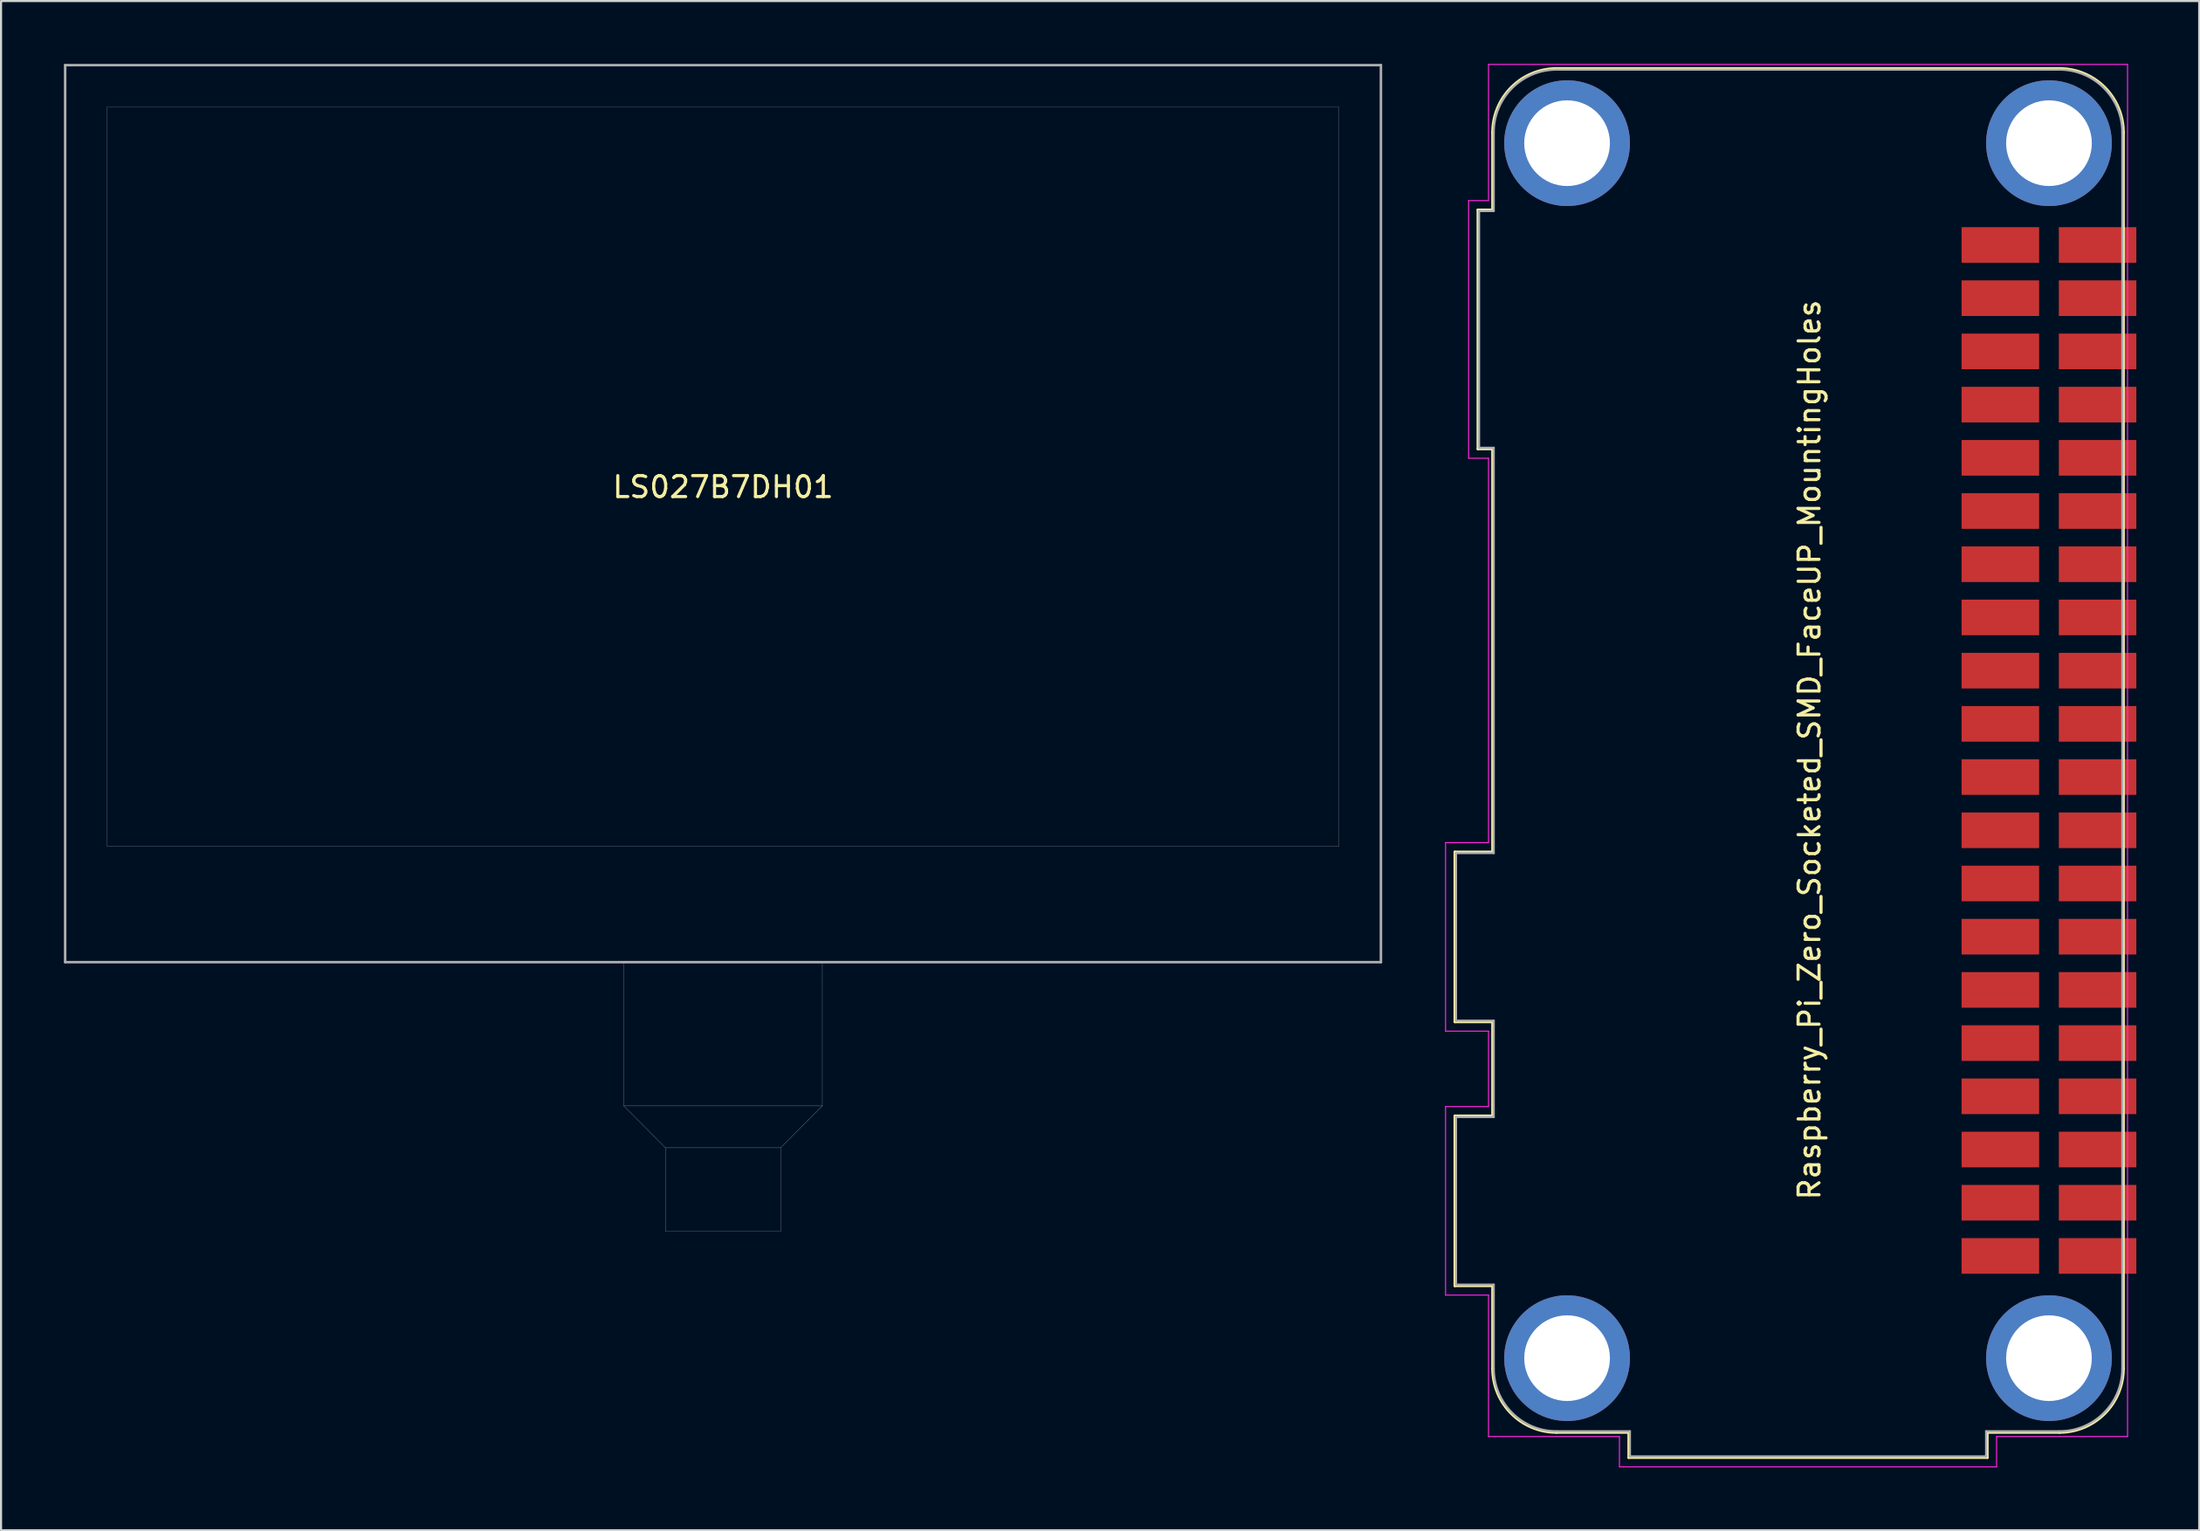
<source format=kicad_pcb>
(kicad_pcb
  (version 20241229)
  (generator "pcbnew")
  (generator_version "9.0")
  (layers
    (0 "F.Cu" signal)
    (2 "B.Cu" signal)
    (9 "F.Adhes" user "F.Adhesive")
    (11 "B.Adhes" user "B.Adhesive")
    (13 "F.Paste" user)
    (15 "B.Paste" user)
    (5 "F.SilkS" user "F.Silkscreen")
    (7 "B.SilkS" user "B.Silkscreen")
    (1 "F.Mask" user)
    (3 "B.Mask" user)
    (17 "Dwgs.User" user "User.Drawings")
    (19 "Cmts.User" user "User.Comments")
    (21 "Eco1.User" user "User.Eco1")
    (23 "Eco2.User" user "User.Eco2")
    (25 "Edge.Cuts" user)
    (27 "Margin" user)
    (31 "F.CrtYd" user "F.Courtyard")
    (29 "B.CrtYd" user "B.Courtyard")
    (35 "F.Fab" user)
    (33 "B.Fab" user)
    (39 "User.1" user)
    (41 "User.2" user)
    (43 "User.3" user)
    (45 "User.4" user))
  (footprint "LS027B7DH01"
    (layer "F.Cu")
    (at 31.46 19.7)
    (property "Reference" "LS027B7DH01" (at 0 0.5 0) (layer "F.SilkS") (effects (font (size 1 1) (thickness 0.15))))
    (attr through_hole)
    (fp_line (start -4.74 23.18) (end -4.74 23.98) (stroke (width 0.01) (type solid)) (layer "Dwgs.User"))
    (fp_line (start -4.74 23.98) (end -4.74 30.04) (stroke (width 0.01) (type solid)) (layer "Dwgs.User"))
    (fp_line (start -4.74 30.04) (end -2.75 32.04) (stroke (width 0.01) (type solid)) (layer "Dwgs.User"))
    (fp_line (start -4.74 30.04) (end 4.74 30.04) (stroke (width 0.01) (type solid)) (layer "Dwgs.User"))
    (fp_line (start -2.75 32.04) (end -2.75 36.04) (stroke (width 0.01) (type solid)) (layer "Dwgs.User"))
    (fp_line (start -2.75 36.04) (end 2.75 36.04) (stroke (width 0.01) (type solid)) (layer "Dwgs.User"))
    (fp_line (start 2.75 32.04) (end -2.75 32.04) (stroke (width 0.01) (type solid)) (layer "Dwgs.User"))
    (fp_line (start 2.75 32.04) (end 4.74 30.04) (stroke (width 0.01) (type solid)) (layer "Dwgs.User"))
    (fp_line (start 2.75 36.04) (end 2.75 32.04) (stroke (width 0.01) (type solid)) (layer "Dwgs.User"))
    (fp_line (start 4.74 23.18) (end 4.74 23.98) (stroke (width 0.01) (type solid)) (layer "Dwgs.User"))
    (fp_line (start 4.74 23.98) (end 4.74 30.04) (stroke (width 0.01) (type solid)) (layer "Dwgs.User"))
    (fp_line (start -31.4 -19.64) (end -31.4 23.18) (stroke (width 0.12) (type solid)) (layer "F.Fab"))
    (fp_line (start -31.4 -19.64) (end 31.4 -19.64) (stroke (width 0.12) (type solid)) (layer "F.Fab"))
    (fp_line (start -31.4 23.18) (end 31.4 23.18) (stroke (width 0.12) (type solid)) (layer "F.Fab"))
    (fp_line (start -29.4 -17.64) (end 29.4 -17.64) (stroke (width 0.01) (type solid)) (layer "F.Fab"))
    (fp_line (start -29.4 17.64) (end -29.4 -17.64) (stroke (width 0.01) (type solid)) (layer "F.Fab"))
    (fp_line (start -29.4 17.64) (end 29.4 17.64) (stroke (width 0.01) (type solid)) (layer "F.Fab"))
    (fp_line (start 29.4 -17.64) (end 29.4 17.64) (stroke (width 0.01) (type solid)) (layer "F.Fab"))
    (fp_line (start 31.4 -19.64) (end 31.4 23.18) (stroke (width 0.12) (type solid)) (layer "F.Fab")))
  (footprint "Raspberry_Pi_Zero_Socketed_SMD_FaceUP_MountingHoles"
    (layer "F.Cu")
    (at 93.475 8.645)
    (property "Reference" "Raspberry_Pi_Zero_Socketed_SMD_FaceUP_MountingHoles" (at -10.16 24.1 90) (layer "F.SilkS") (effects (font (size 1 1) (thickness 0.15))))
    (attr through_hole)
    (fp_line (start -27.09 28.97) (end -25.29 28.97) (stroke (width 0.12) (type solid)) (layer "F.SilkS"))
    (fp_line (start -27.09 37.09) (end -27.09 28.97) (stroke (width 0.12) (type solid)) (layer "F.SilkS"))
    (fp_line (start -27.09 41.57) (end -25.29 41.57) (stroke (width 0.12) (type solid)) (layer "F.SilkS"))
    (fp_line (start -27.09 49.69) (end -27.09 41.57) (stroke (width 0.12) (type solid)) (layer "F.SilkS"))
    (fp_line (start -25.99 -1.68) (end -25.29 -1.68) (stroke (width 0.12) (type solid)) (layer "F.SilkS"))
    (fp_line (start -25.99 9.74) (end -25.99 -1.68) (stroke (width 0.12) (type solid)) (layer "F.SilkS"))
    (fp_line (start -25.29 -1.68) (end -25.29 -5.37) (stroke (width 0.12) (type solid)) (layer "F.SilkS"))
    (fp_line (start -25.29 9.74) (end -25.99 9.74) (stroke (width 0.12) (type solid)) (layer "F.SilkS"))
    (fp_line (start -25.29 28.97) (end -25.29 9.74) (stroke (width 0.12) (type solid)) (layer "F.SilkS"))
    (fp_line (start -25.29 37.09) (end -27.09 37.09) (stroke (width 0.12) (type solid)) (layer "F.SilkS"))
    (fp_line (start -25.29 41.57) (end -25.29 37.09) (stroke (width 0.12) (type solid)) (layer "F.SilkS"))
    (fp_line (start -25.29 49.69) (end -27.09 49.69) (stroke (width 0.12) (type solid)) (layer "F.SilkS"))
    (fp_line (start -25.29 53.63) (end -25.29 49.69) (stroke (width 0.12) (type solid)) (layer "F.SilkS"))
    (fp_line (start -18.79 56.69) (end -22.23 56.69) (stroke (width 0.12) (type solid)) (layer "F.SilkS"))
    (fp_line (start -18.79 57.89) (end -18.79 56.69) (stroke (width 0.12) (type solid)) (layer "F.SilkS"))
    (fp_line (start -1.67 56.69) (end -1.67 57.89) (stroke (width 0.12) (type solid)) (layer "F.SilkS"))
    (fp_line (start -1.67 56.69) (end 1.77 56.69) (stroke (width 0.12) (type solid)) (layer "F.SilkS"))
    (fp_line (start -1.67 57.89) (end -18.79 57.89) (stroke (width 0.12) (type solid)) (layer "F.SilkS"))
    (fp_line (start 1.77 -8.43) (end -22.23 -8.43) (stroke (width 0.12) (type solid)) (layer "F.SilkS"))
    (fp_line (start 4.83 53.63) (end 4.83 -5.37) (stroke (width 0.12) (type solid)) (layer "F.SilkS"))
    (fp_arc (start -25.29 -5.37) (mid -24.393747 -7.533747) (end -22.23 -8.43) (stroke (width 0.12) (type solid)) (layer "F.SilkS"))
    (fp_arc (start -22.23 56.69) (mid -24.393747 55.793747) (end -25.29 53.63) (stroke (width 0.12) (type solid)) (layer "F.SilkS"))
    (fp_arc (start 1.77 -8.43) (mid 3.933747 -7.533747) (end 4.83 -5.37) (stroke (width 0.12) (type solid)) (layer "F.SilkS"))
    (fp_arc (start 4.83 53.63) (mid 3.933747 55.793747) (end 1.77 56.69) (stroke (width 0.12) (type solid)) (layer "F.SilkS"))
    (fp_line (start -27.53 28.53) (end -25.48 28.53) (stroke (width 0.05) (type solid)) (layer "F.CrtYd"))
    (fp_line (start -27.53 37.53) (end -27.53 28.53) (stroke (width 0.05) (type solid)) (layer "F.CrtYd"))
    (fp_line (start -27.53 37.53) (end -25.48 37.53) (stroke (width 0.05) (type solid)) (layer "F.CrtYd"))
    (fp_line (start -27.53 41.13) (end -25.48 41.13) (stroke (width 0.05) (type solid)) (layer "F.CrtYd"))
    (fp_line (start -27.53 50.13) (end -27.53 41.13) (stroke (width 0.05) (type solid)) (layer "F.CrtYd"))
    (fp_line (start -27.53 50.13) (end -25.48 50.13) (stroke (width 0.05) (type solid)) (layer "F.CrtYd"))
    (fp_line (start -26.43 -2.12) (end -26.43 10.18) (stroke (width 0.05) (type solid)) (layer "F.CrtYd"))
    (fp_line (start -26.43 -2.12) (end -25.48 -2.12) (stroke (width 0.05) (type solid)) (layer "F.CrtYd"))
    (fp_line (start -26.43 10.18) (end -25.48 10.18) (stroke (width 0.05) (type solid)) (layer "F.CrtYd"))
    (fp_line (start -25.48 -2.12) (end -25.48 -8.62) (stroke (width 0.05) (type solid)) (layer "F.CrtYd"))
    (fp_line (start -25.48 28.53) (end -25.48 10.18) (stroke (width 0.05) (type solid)) (layer "F.CrtYd"))
    (fp_line (start -25.48 37.53) (end -25.48 41.13) (stroke (width 0.05) (type solid)) (layer "F.CrtYd"))
    (fp_line (start -25.48 50.13) (end -25.48 56.88) (stroke (width 0.05) (type solid)) (layer "F.CrtYd"))
    (fp_line (start -19.23 56.88) (end -25.48 56.88) (stroke (width 0.05) (type solid)) (layer "F.CrtYd"))
    (fp_line (start -19.23 58.33) (end -19.23 56.88) (stroke (width 0.05) (type solid)) (layer "F.CrtYd"))
    (fp_line (start -19.23 58.33) (end -1.23 58.33) (stroke (width 0.05) (type solid)) (layer "F.CrtYd"))
    (fp_line (start -1.23 58.33) (end -1.23 56.88) (stroke (width 0.05) (type solid)) (layer "F.CrtYd"))
    (fp_line (start 5.02 -8.62) (end -25.48 -8.62) (stroke (width 0.05) (type solid)) (layer "F.CrtYd"))
    (fp_line (start 5.02 56.88) (end -1.23 56.88) (stroke (width 0.05) (type solid)) (layer "F.CrtYd"))
    (fp_line (start 5.02 56.88) (end 5.02 -8.62) (stroke (width 0.05) (type solid)) (layer "F.CrtYd"))
    (fp_line (start -27.03 29.03) (end -25.23 29.03) (stroke (width 0.1) (type solid)) (layer "F.Fab"))
    (fp_line (start -27.03 37.03) (end -27.03 29.03) (stroke (width 0.1) (type solid)) (layer "F.Fab"))
    (fp_line (start -27.03 41.63) (end -25.23 41.63) (stroke (width 0.1) (type solid)) (layer "F.Fab"))
    (fp_line (start -27.03 49.63) (end -27.03 41.63) (stroke (width 0.1) (type solid)) (layer "F.Fab"))
    (fp_line (start -25.93 9.68) (end -25.93 -1.62) (stroke (width 0.1) (type solid)) (layer "F.Fab"))
    (fp_line (start -25.23 -1.62) (end -25.93 -1.62) (stroke (width 0.1) (type solid)) (layer "F.Fab"))
    (fp_line (start -25.23 -1.62) (end -25.23 -5.37) (stroke (width 0.1) (type solid)) (layer "F.Fab"))
    (fp_line (start -25.23 9.68) (end -25.93 9.68) (stroke (width 0.1) (type solid)) (layer "F.Fab"))
    (fp_line (start -25.23 29.03) (end -25.23 9.68) (stroke (width 0.1) (type solid)) (layer "F.Fab"))
    (fp_line (start -25.23 37.03) (end -27.03 37.03) (stroke (width 0.1) (type solid)) (layer "F.Fab"))
    (fp_line (start -25.23 41.63) (end -25.23 37.03) (stroke (width 0.1) (type solid)) (layer "F.Fab"))
    (fp_line (start -25.23 49.63) (end -27.03 49.63) (stroke (width 0.1) (type solid)) (layer "F.Fab"))
    (fp_line (start -25.23 49.63) (end -25.23 53.63) (stroke (width 0.1) (type solid)) (layer "F.Fab"))
    (fp_line (start -22.23 56.63) (end -18.73 56.63) (stroke (width 0.1) (type solid)) (layer "F.Fab"))
    (fp_line (start -18.73 56.63) (end -18.73 57.83) (stroke (width 0.1) (type solid)) (layer "F.Fab"))
    (fp_line (start -1.73 56.63) (end -1.73 57.83) (stroke (width 0.1) (type solid)) (layer "F.Fab"))
    (fp_line (start -1.73 57.83) (end -18.73 57.83) (stroke (width 0.1) (type solid)) (layer "F.Fab"))
    (fp_line (start 1.77 -8.37) (end -22.23 -8.37) (stroke (width 0.1) (type solid)) (layer "F.Fab"))
    (fp_line (start 1.77 56.63) (end -1.73 56.63) (stroke (width 0.1) (type solid)) (layer "F.Fab"))
    (fp_line (start 4.77 53.63) (end 4.77 -5.37) (stroke (width 0.1) (type solid)) (layer "F.Fab"))
    (fp_arc (start -25.23 -5.37) (mid -24.35132 -7.49132) (end -22.23 -8.37) (stroke (width 0.1) (type solid)) (layer "F.Fab"))
    (fp_arc (start -22.23 56.63) (mid -24.35132 55.75132) (end -25.23 53.63) (stroke (width 0.1) (type solid)) (layer "F.Fab"))
    (fp_arc (start 1.77 -8.37) (mid 3.89132 -7.49132) (end 4.77 -5.37) (stroke (width 0.1) (type solid)) (layer "F.Fab"))
    (fp_arc (start 4.77 53.63) (mid 3.89132 55.75132) (end 1.77 56.63) (stroke (width 0.1) (type solid)) (layer "F.Fab"))
    (pad "" thru_hole circle (at -21.73 -4.86) (size 6 6) (drill 4.09) (layers "*.Cu" "*.Mask"))
    (pad "" thru_hole circle (at -21.73 53.14) (size 6 6) (drill 4.09) (layers "*.Cu" "*.Mask"))
    (pad "" thru_hole circle (at 1.27 -4.86) (size 6 6) (drill 4.09) (layers "*.Cu" "*.Mask"))
    (pad "" thru_hole circle (at 1.27 53.14) (size 6 6) (drill 4.09) (layers "*.Cu" "*.Mask"))
    (pad "1" smd rect (at -1.05 0) (size 3.7 1.7) (layers "F.Cu" "F.Mask" "F.Paste"))
    (pad "2" smd rect (at 3.59 0) (size 3.7 1.7) (layers "F.Cu" "F.Mask" "F.Paste"))
    (pad "3" smd rect (at -1.05 2.54) (size 3.7 1.7) (layers "F.Cu" "F.Mask" "F.Paste"))
    (pad "4" smd rect (at 3.59 2.54) (size 3.7 1.7) (layers "F.Cu" "F.Mask" "F.Paste"))
    (pad "5" smd rect (at -1.05 5.08) (size 3.7 1.7) (layers "F.Cu" "F.Mask" "F.Paste"))
    (pad "6" smd rect (at 3.59 5.08) (size 3.7 1.7) (layers "F.Cu" "F.Mask" "F.Paste"))
    (pad "7" smd rect (at -1.05 7.62) (size 3.7 1.7) (layers "F.Cu" "F.Mask" "F.Paste"))
    (pad "8" smd rect (at 3.59 7.62) (size 3.7 1.7) (layers "F.Cu" "F.Mask" "F.Paste"))
    (pad "9" smd rect (at -1.05 10.16) (size 3.7 1.7) (layers "F.Cu" "F.Mask" "F.Paste"))
    (pad "10" smd rect (at 3.59 10.16) (size 3.7 1.7) (layers "F.Cu" "F.Mask" "F.Paste"))
    (pad "11" smd rect (at -1.05 12.7) (size 3.7 1.7) (layers "F.Cu" "F.Mask" "F.Paste"))
    (pad "12" smd rect (at 3.59 12.7) (size 3.7 1.7) (layers "F.Cu" "F.Mask" "F.Paste"))
    (pad "13" smd rect (at -1.05 15.24) (size 3.7 1.7) (layers "F.Cu" "F.Mask" "F.Paste"))
    (pad "14" smd rect (at 3.59 15.24) (size 3.7 1.7) (layers "F.Cu" "F.Mask" "F.Paste"))
    (pad "15" smd rect (at -1.05 17.78) (size 3.7 1.7) (layers "F.Cu" "F.Mask" "F.Paste"))
    (pad "16" smd rect (at 3.59 17.78) (size 3.7 1.7) (layers "F.Cu" "F.Mask" "F.Paste"))
    (pad "17" smd rect (at -1.05 20.32) (size 3.7 1.7) (layers "F.Cu" "F.Mask" "F.Paste"))
    (pad "18" smd rect (at 3.59 20.32) (size 3.7 1.7) (layers "F.Cu" "F.Mask" "F.Paste"))
    (pad "19" smd rect (at -1.05 22.86) (size 3.7 1.7) (layers "F.Cu" "F.Mask" "F.Paste"))
    (pad "20" smd rect (at 3.59 22.86) (size 3.7 1.7) (layers "F.Cu" "F.Mask" "F.Paste"))
    (pad "21" smd rect (at -1.05 25.4) (size 3.7 1.7) (layers "F.Cu" "F.Mask" "F.Paste"))
    (pad "22" smd rect (at 3.59 25.4) (size 3.7 1.7) (layers "F.Cu" "F.Mask" "F.Paste"))
    (pad "23" smd rect (at -1.05 27.94) (size 3.7 1.7) (layers "F.Cu" "F.Mask" "F.Paste"))
    (pad "24" smd rect (at 3.59 27.94) (size 3.7 1.7) (layers "F.Cu" "F.Mask" "F.Paste"))
    (pad "25" smd rect (at -1.05 30.48) (size 3.7 1.7) (layers "F.Cu" "F.Mask" "F.Paste"))
    (pad "26" smd rect (at 3.59 30.48) (size 3.7 1.7) (layers "F.Cu" "F.Mask" "F.Paste"))
    (pad "27" smd rect (at -1.05 33.02) (size 3.7 1.7) (layers "F.Cu" "F.Mask" "F.Paste"))
    (pad "28" smd rect (at 3.59 33.02) (size 3.7 1.7) (layers "F.Cu" "F.Mask" "F.Paste"))
    (pad "29" smd rect (at -1.05 35.56) (size 3.7 1.7) (layers "F.Cu" "F.Mask" "F.Paste"))
    (pad "30" smd rect (at 3.59 35.56) (size 3.7 1.7) (layers "F.Cu" "F.Mask" "F.Paste"))
    (pad "31" smd rect (at -1.05 38.1) (size 3.7 1.7) (layers "F.Cu" "F.Mask" "F.Paste"))
    (pad "32" smd rect (at 3.59 38.1) (size 3.7 1.7) (layers "F.Cu" "F.Mask" "F.Paste"))
    (pad "33" smd rect (at -1.05 40.64) (size 3.7 1.7) (layers "F.Cu" "F.Mask" "F.Paste"))
    (pad "34" smd rect (at 3.59 40.64) (size 3.7 1.7) (layers "F.Cu" "F.Mask" "F.Paste"))
    (pad "35" smd rect (at -1.05 43.18) (size 3.7 1.7) (layers "F.Cu" "F.Mask" "F.Paste"))
    (pad "36" smd rect (at 3.59 43.18) (size 3.7 1.7) (layers "F.Cu" "F.Mask" "F.Paste"))
    (pad "37" smd rect (at -1.05 45.72) (size 3.7 1.7) (layers "F.Cu" "F.Mask" "F.Paste"))
    (pad "38" smd rect (at 3.59 45.72) (size 3.7 1.7) (layers "F.Cu" "F.Mask" "F.Paste"))
    (pad "39" smd rect (at -1.05 48.26) (size 3.7 1.7) (layers "F.Cu" "F.Mask" "F.Paste"))
    (pad "40" smd rect (at 3.59 48.26) (size 3.7 1.7) (layers "F.Cu" "F.Mask" "F.Paste")))
  (gr_rect
    (start -3 -3)
    (end 101.915 70)
    (stroke (width 0.1) (type default))
    (fill no)
    (layer "Edge.Cuts")))
</source>
